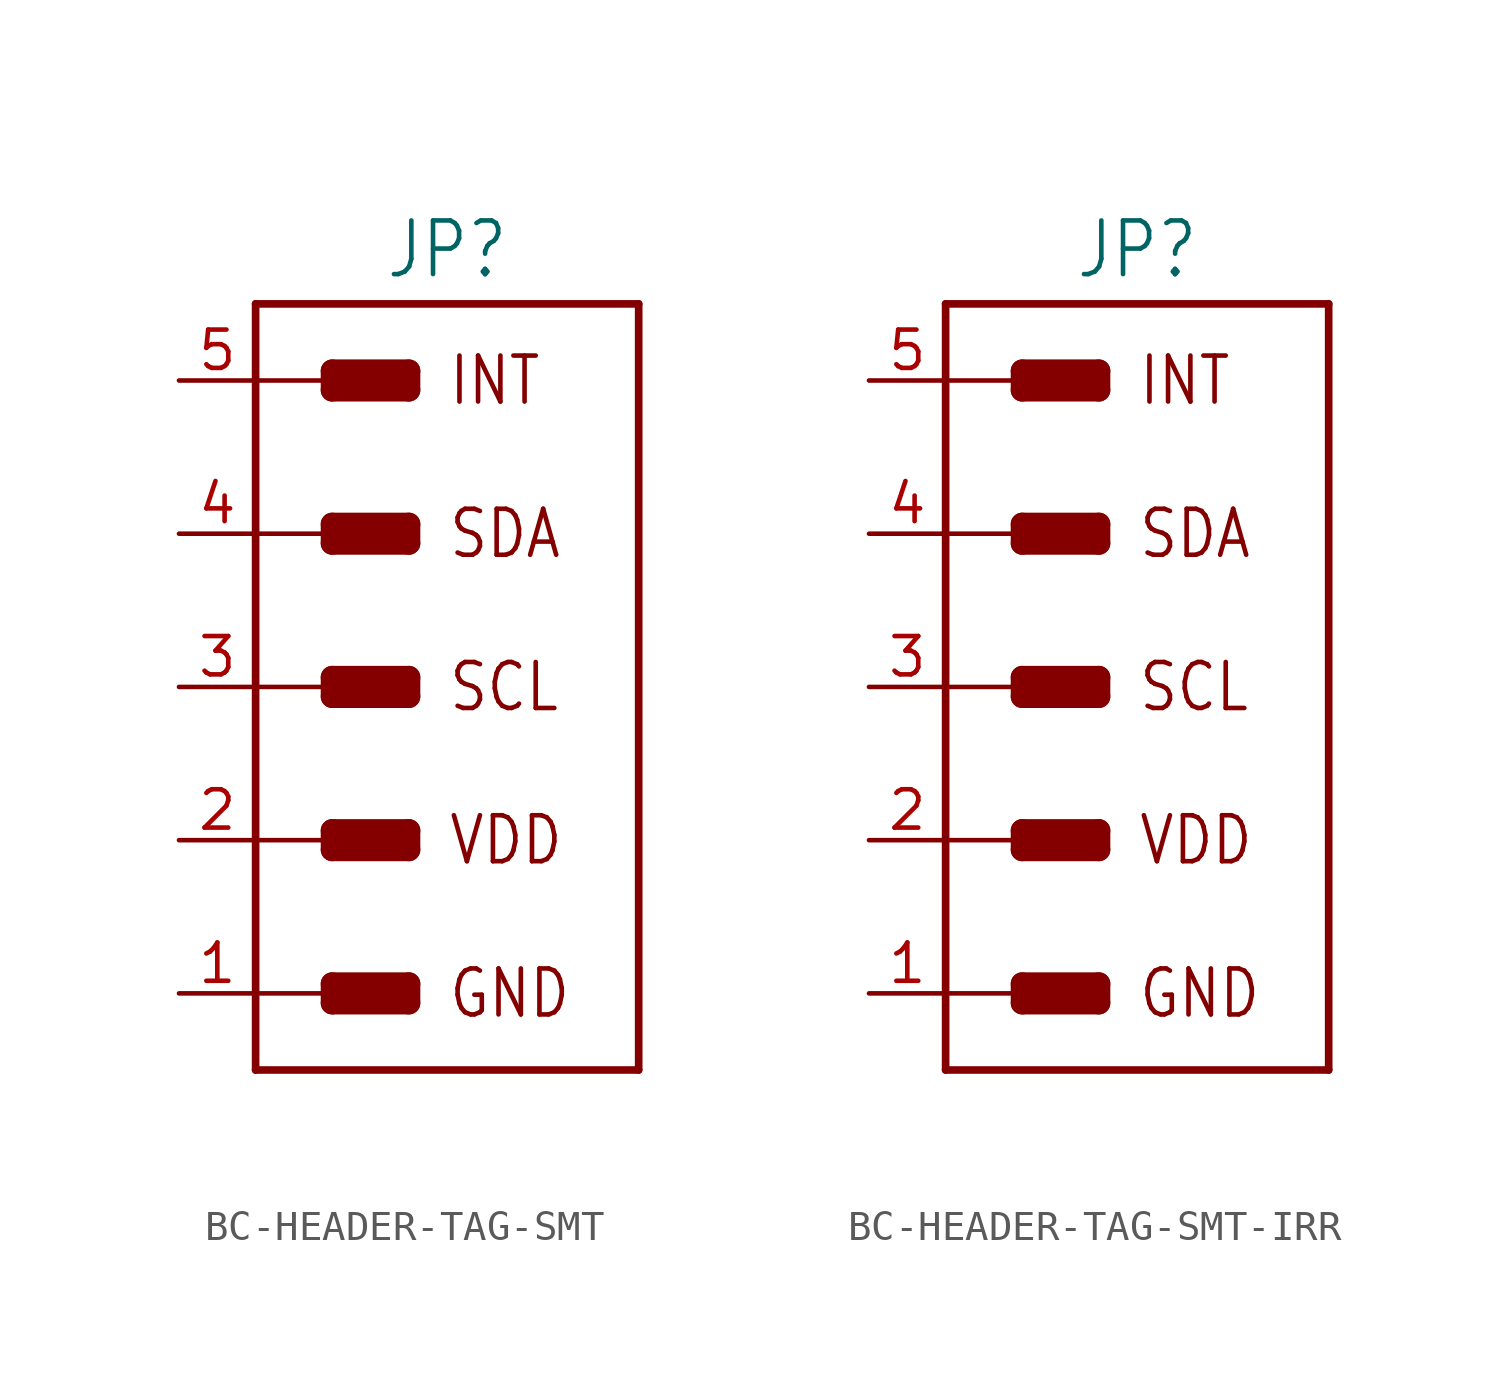
<source format=kicad_sym>
(kicad_symbol_lib
  (version 20231120)
  (generator "kicad_symbol_editor")
  (generator_version "8.0")
  (symbol "BC-HEADER-TAG-SMT"
    (property "Reference" "JP"
      (at -1.27 13.462 0)
      (effects (font (size 1.778 1.511)) (justify bottom)))
    (property "Value" ""
      (at -1.27 -13.462 0)
      (effects (font (size 1.778 1.511)) (justify top)))
    (property "ki_locked" ""
      (at 0 0 0)
      (effects (font (size 1.27 1.27))))
    (symbol "BC-HEADER-TAG-SMT_1_0"
      (polyline (pts (xy -7.62 -12.7) (xy 5.08 -12.7)) (stroke (width 0.254) (type solid)) (fill (type none)))
      (polyline (pts (xy -7.62 -10.16) (xy -5.08 -10.16)) (stroke (width 0.152) (type solid)) (fill (type none)))
      (polyline (pts (xy -7.62 -5.08) (xy -5.08 -5.08)) (stroke (width 0.152) (type solid)) (fill (type none)))
      (polyline (pts (xy -7.62 0) (xy -5.08 0)) (stroke (width 0.152) (type solid)) (fill (type none)))
      (polyline (pts (xy -7.62 5.08) (xy -5.08 5.08)) (stroke (width 0.152) (type solid)) (fill (type none)))
      (polyline (pts (xy -7.62 10.16) (xy -5.08 10.16)) (stroke (width 0.152) (type solid)) (fill (type none)))
      (polyline (pts (xy -7.62 12.7) (xy -7.62 -12.7)) (stroke (width 0.254) (type solid)) (fill (type none)))
      (polyline (pts (xy -5.08 -10.477) (xy -2.54 -10.477)) (stroke (width 0.762) (type solid)) (fill (type none)))
      (polyline (pts (xy -5.08 -10.16) (xy -5.08 -10.477)) (stroke (width 0.762) (type solid)) (fill (type none)))
      (polyline (pts (xy -5.08 -9.842) (xy -5.08 -10.16)) (stroke (width 0.762) (type solid)) (fill (type none)))
      (polyline (pts (xy -5.08 -9.842) (xy -2.54 -9.842)) (stroke (width 0.762) (type solid)) (fill (type none)))
      (polyline (pts (xy -5.08 -5.397) (xy -2.54 -5.397)) (stroke (width 0.762) (type solid)) (fill (type none)))
      (polyline (pts (xy -5.08 -5.08) (xy -5.08 -5.397)) (stroke (width 0.762) (type solid)) (fill (type none)))
      (polyline (pts (xy -5.08 -4.763) (xy -5.08 -5.08)) (stroke (width 0.762) (type solid)) (fill (type none)))
      (polyline (pts (xy -5.08 -4.763) (xy -2.54 -4.763)) (stroke (width 0.762) (type solid)) (fill (type none)))
      (polyline (pts (xy -5.08 -0.318) (xy -2.54 -0.318)) (stroke (width 0.762) (type solid)) (fill (type none)))
      (polyline (pts (xy -5.08 0) (xy -5.08 -0.318)) (stroke (width 0.762) (type solid)) (fill (type none)))
      (polyline (pts (xy -5.08 0.318) (xy -5.08 0)) (stroke (width 0.762) (type solid)) (fill (type none)))
      (polyline (pts (xy -5.08 0.318) (xy -2.54 0.318)) (stroke (width 0.762) (type solid)) (fill (type none)))
      (polyline (pts (xy -5.08 4.763) (xy -2.54 4.763)) (stroke (width 0.762) (type solid)) (fill (type none)))
      (polyline (pts (xy -5.08 5.08) (xy -5.08 4.763)) (stroke (width 0.762) (type solid)) (fill (type none)))
      (polyline (pts (xy -5.08 5.397) (xy -5.08 5.08)) (stroke (width 0.762) (type solid)) (fill (type none)))
      (polyline (pts (xy -5.08 5.397) (xy -2.54 5.397)) (stroke (width 0.762) (type solid)) (fill (type none)))
      (polyline (pts (xy -5.08 9.842) (xy -2.54 9.842)) (stroke (width 0.762) (type solid)) (fill (type none)))
      (polyline (pts (xy -5.08 10.16) (xy -5.08 9.842)) (stroke (width 0.762) (type solid)) (fill (type none)))
      (polyline (pts (xy -5.08 10.477) (xy -5.08 10.16)) (stroke (width 0.762) (type solid)) (fill (type none)))
      (polyline (pts (xy -5.08 10.477) (xy -2.54 10.477)) (stroke (width 0.762) (type solid)) (fill (type none)))
      (polyline (pts (xy -2.54 -10.477) (xy -2.54 -9.842)) (stroke (width 0.762) (type solid)) (fill (type none)))
      (polyline (pts (xy -2.54 -5.397) (xy -2.54 -4.763)) (stroke (width 0.762) (type solid)) (fill (type none)))
      (polyline (pts (xy -2.54 -0.318) (xy -2.54 0.318)) (stroke (width 0.762) (type solid)) (fill (type none)))
      (polyline (pts (xy -2.54 4.763) (xy -2.54 5.397)) (stroke (width 0.762) (type solid)) (fill (type none)))
      (polyline (pts (xy -2.54 9.842) (xy -2.54 10.477)) (stroke (width 0.762) (type solid)) (fill (type none)))
      (polyline (pts (xy 5.08 -12.7) (xy 5.08 12.7)) (stroke (width 0.254) (type solid)) (fill (type none)))
      (polyline (pts (xy 5.08 12.7) (xy -7.62 12.7)) (stroke (width 0.254) (type solid)) (fill (type none)))
      (text "GND" (at -1.27 -10.16 0) (effects (font (size 1.524 1.295)) (justify left)))
      (text "INT" (at -1.27 10.16 0) (effects (font (size 1.524 1.295)) (justify left)))
      (text "SCL" (at -1.27 0 0) (effects (font (size 1.524 1.295)) (justify left)))
      (text "SDA" (at -1.27 5.08 0) (effects (font (size 1.524 1.295)) (justify left)))
      (text "VDD" (at -1.27 -5.08 0) (effects (font (size 1.524 1.295)) (justify left)))
      (pin passive line (at -10.16 -10.16 0) (length 2.54) (name "GND" (effects (font (size 0 0)))) (number "1" (effects (font (size 1.27 1.27)))))
      (pin passive line (at -10.16 -5.08 0) (length 2.54) (name "VDD" (effects (font (size 0 0)))) (number "2" (effects (font (size 1.27 1.27)))))
      (pin passive line (at -10.16 0 0) (length 2.54) (name "SCL" (effects (font (size 0 0)))) (number "3" (effects (font (size 1.27 1.27)))))
      (pin passive line (at -10.16 5.08 0) (length 2.54) (name "SDA" (effects (font (size 0 0)))) (number "4" (effects (font (size 1.27 1.27)))))
      (pin passive line (at -10.16 10.16 0) (length 2.54) (name "INT" (effects (font (size 0 0)))) (number "5" (effects (font (size 1.27 1.27)))))))
  (symbol "BC-HEADER-TAG-SMT-IRR"
    (property "Reference" "JP"
      (at -1.27 13.462 0)
      (effects (font (size 1.778 1.511)) (justify bottom)))
    (property "Value" ""
      (at -1.27 -13.462 0)
      (effects (font (size 1.778 1.511)) (justify top)))
    (property "ki_locked" ""
      (at 0 0 0)
      (effects (font (size 1.27 1.27))))
    (symbol "BC-HEADER-TAG-SMT-IRR_1_0"
      (polyline (pts (xy -7.62 -12.7) (xy 5.08 -12.7)) (stroke (width 0.254) (type solid)) (fill (type none)))
      (polyline (pts (xy -7.62 -10.16) (xy -5.08 -10.16)) (stroke (width 0.152) (type solid)) (fill (type none)))
      (polyline (pts (xy -7.62 -5.08) (xy -5.08 -5.08)) (stroke (width 0.152) (type solid)) (fill (type none)))
      (polyline (pts (xy -7.62 0) (xy -5.08 0)) (stroke (width 0.152) (type solid)) (fill (type none)))
      (polyline (pts (xy -7.62 5.08) (xy -5.08 5.08)) (stroke (width 0.152) (type solid)) (fill (type none)))
      (polyline (pts (xy -7.62 10.16) (xy -5.08 10.16)) (stroke (width 0.152) (type solid)) (fill (type none)))
      (polyline (pts (xy -7.62 12.7) (xy -7.62 -12.7)) (stroke (width 0.254) (type solid)) (fill (type none)))
      (polyline (pts (xy -5.08 -10.477) (xy -2.54 -10.477)) (stroke (width 0.762) (type solid)) (fill (type none)))
      (polyline (pts (xy -5.08 -10.16) (xy -5.08 -10.477)) (stroke (width 0.762) (type solid)) (fill (type none)))
      (polyline (pts (xy -5.08 -9.842) (xy -5.08 -10.16)) (stroke (width 0.762) (type solid)) (fill (type none)))
      (polyline (pts (xy -5.08 -9.842) (xy -2.54 -9.842)) (stroke (width 0.762) (type solid)) (fill (type none)))
      (polyline (pts (xy -5.08 -5.397) (xy -2.54 -5.397)) (stroke (width 0.762) (type solid)) (fill (type none)))
      (polyline (pts (xy -5.08 -5.08) (xy -5.08 -5.397)) (stroke (width 0.762) (type solid)) (fill (type none)))
      (polyline (pts (xy -5.08 -4.763) (xy -5.08 -5.08)) (stroke (width 0.762) (type solid)) (fill (type none)))
      (polyline (pts (xy -5.08 -4.763) (xy -2.54 -4.763)) (stroke (width 0.762) (type solid)) (fill (type none)))
      (polyline (pts (xy -5.08 -0.318) (xy -2.54 -0.318)) (stroke (width 0.762) (type solid)) (fill (type none)))
      (polyline (pts (xy -5.08 0) (xy -5.08 -0.318)) (stroke (width 0.762) (type solid)) (fill (type none)))
      (polyline (pts (xy -5.08 0.318) (xy -5.08 0)) (stroke (width 0.762) (type solid)) (fill (type none)))
      (polyline (pts (xy -5.08 0.318) (xy -2.54 0.318)) (stroke (width 0.762) (type solid)) (fill (type none)))
      (polyline (pts (xy -5.08 4.763) (xy -2.54 4.763)) (stroke (width 0.762) (type solid)) (fill (type none)))
      (polyline (pts (xy -5.08 5.08) (xy -5.08 4.763)) (stroke (width 0.762) (type solid)) (fill (type none)))
      (polyline (pts (xy -5.08 5.397) (xy -5.08 5.08)) (stroke (width 0.762) (type solid)) (fill (type none)))
      (polyline (pts (xy -5.08 5.397) (xy -2.54 5.397)) (stroke (width 0.762) (type solid)) (fill (type none)))
      (polyline (pts (xy -5.08 9.842) (xy -2.54 9.842)) (stroke (width 0.762) (type solid)) (fill (type none)))
      (polyline (pts (xy -5.08 10.16) (xy -5.08 9.842)) (stroke (width 0.762) (type solid)) (fill (type none)))
      (polyline (pts (xy -5.08 10.477) (xy -5.08 10.16)) (stroke (width 0.762) (type solid)) (fill (type none)))
      (polyline (pts (xy -5.08 10.477) (xy -2.54 10.477)) (stroke (width 0.762) (type solid)) (fill (type none)))
      (polyline (pts (xy -2.54 -10.477) (xy -2.54 -9.842)) (stroke (width 0.762) (type solid)) (fill (type none)))
      (polyline (pts (xy -2.54 -5.397) (xy -2.54 -4.763)) (stroke (width 0.762) (type solid)) (fill (type none)))
      (polyline (pts (xy -2.54 -0.318) (xy -2.54 0.318)) (stroke (width 0.762) (type solid)) (fill (type none)))
      (polyline (pts (xy -2.54 4.763) (xy -2.54 5.397)) (stroke (width 0.762) (type solid)) (fill (type none)))
      (polyline (pts (xy -2.54 9.842) (xy -2.54 10.477)) (stroke (width 0.762) (type solid)) (fill (type none)))
      (polyline (pts (xy 5.08 -12.7) (xy 5.08 12.7)) (stroke (width 0.254) (type solid)) (fill (type none)))
      (polyline (pts (xy 5.08 12.7) (xy -7.62 12.7)) (stroke (width 0.254) (type solid)) (fill (type none)))
      (text "GND" (at -1.27 -10.16 0) (effects (font (size 1.524 1.295)) (justify left)))
      (text "INT" (at -1.27 10.16 0) (effects (font (size 1.524 1.295)) (justify left)))
      (text "SCL" (at -1.27 0 0) (effects (font (size 1.524 1.295)) (justify left)))
      (text "SDA" (at -1.27 5.08 0) (effects (font (size 1.524 1.295)) (justify left)))
      (text "VDD" (at -1.27 -5.08 0) (effects (font (size 1.524 1.295)) (justify left)))
      (pin passive line (at -10.16 -10.16 0) (length 2.54) (name "GND" (effects (font (size 0 0)))) (number "1" (effects (font (size 1.27 1.27)))))
      (pin passive line (at -10.16 -5.08 0) (length 2.54) (name "VDD" (effects (font (size 0 0)))) (number "2" (effects (font (size 1.27 1.27)))))
      (pin passive line (at -10.16 0 0) (length 2.54) (name "SCL" (effects (font (size 0 0)))) (number "3" (effects (font (size 1.27 1.27)))))
      (pin passive line (at -10.16 5.08 0) (length 2.54) (name "SDA" (effects (font (size 0 0)))) (number "4" (effects (font (size 1.27 1.27)))))
      (pin passive line (at -10.16 10.16 0) (length 2.54) (name "INT" (effects (font (size 0 0)))) (number "5" (effects (font (size 1.27 1.27))))))))
</source>
